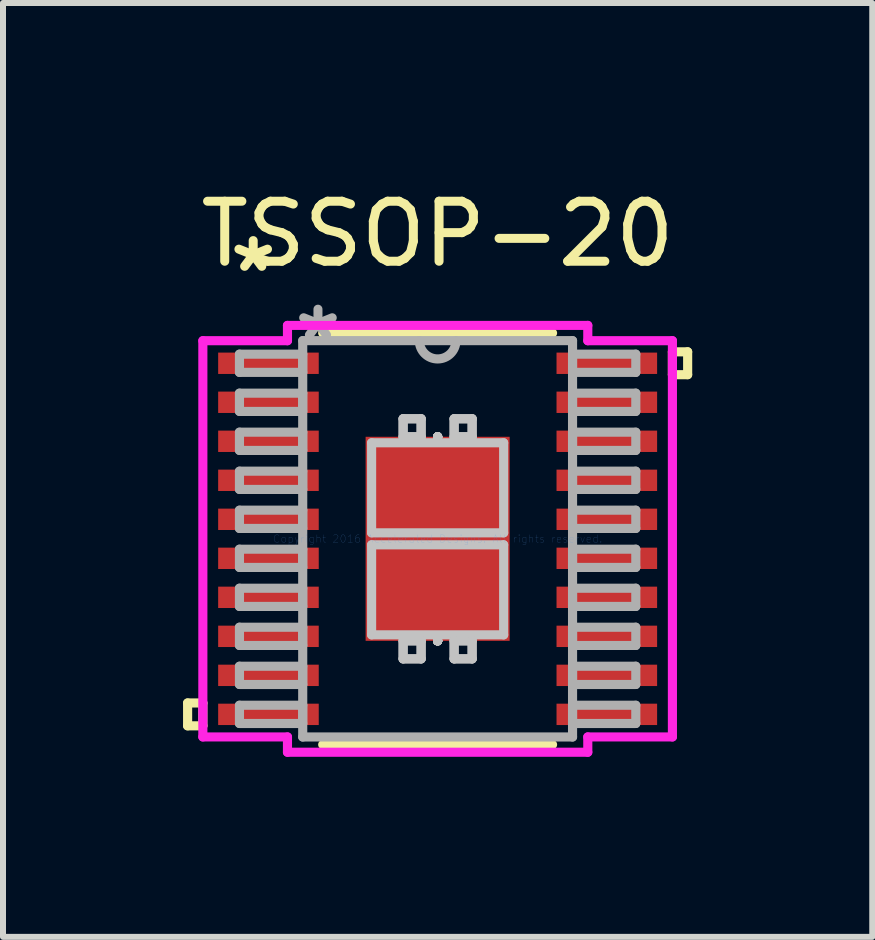
<source format=kicad_pcb>
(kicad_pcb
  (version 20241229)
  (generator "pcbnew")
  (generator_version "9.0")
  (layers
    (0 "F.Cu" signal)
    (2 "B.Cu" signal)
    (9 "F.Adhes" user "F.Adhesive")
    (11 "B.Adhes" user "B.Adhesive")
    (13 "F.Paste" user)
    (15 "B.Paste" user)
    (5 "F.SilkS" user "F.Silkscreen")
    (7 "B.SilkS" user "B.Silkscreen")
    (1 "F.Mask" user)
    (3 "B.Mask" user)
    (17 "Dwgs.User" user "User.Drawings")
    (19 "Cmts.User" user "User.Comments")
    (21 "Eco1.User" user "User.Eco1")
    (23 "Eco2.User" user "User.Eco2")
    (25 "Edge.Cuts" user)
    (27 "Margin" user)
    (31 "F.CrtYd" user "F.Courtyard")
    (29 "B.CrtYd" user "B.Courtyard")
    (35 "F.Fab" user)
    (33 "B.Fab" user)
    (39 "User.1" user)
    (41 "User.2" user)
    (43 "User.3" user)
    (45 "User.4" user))
  (footprint "TSSOP-20"
    (layer "F.Cu")
    (at 4.242 5.928)
    (property "Reference" "TSSOP-20" (at 0 -5.08 0) (layer "F.SilkS") (effects (font (size 1 1) (thickness 0.15))))
    (attr through_hole)
    (fp_line (start -4.166 2.735) (end -4.166 3.116) (stroke (width 0.152) (type solid)) (layer "F.SilkS"))
    (fp_line (start -4.166 3.116) (end -3.912 3.116) (stroke (width 0.152) (type solid)) (layer "F.SilkS"))
    (fp_line (start -3.912 2.735) (end -4.166 2.735) (stroke (width 0.152) (type solid)) (layer "F.SilkS"))
    (fp_line (start -3.912 3.116) (end -3.912 2.735) (stroke (width 0.152) (type solid)) (layer "F.SilkS"))
    (fp_line (start -1.915 3.429) (end 1.915 3.429) (stroke (width 0.152) (type solid)) (layer "F.SilkS"))
    (fp_line (start 1.915 -3.429) (end -1.915 -3.429) (stroke (width 0.152) (type solid)) (layer "F.SilkS"))
    (fp_line (start 3.912 -3.116) (end 4.166 -3.116) (stroke (width 0.152) (type solid)) (layer "F.SilkS"))
    (fp_line (start 3.912 -2.735) (end 3.912 -3.116) (stroke (width 0.152) (type solid)) (layer "F.SilkS"))
    (fp_line (start 4.166 -3.116) (end 4.166 -2.735) (stroke (width 0.152) (type solid)) (layer "F.SilkS"))
    (fp_line (start 4.166 -2.735) (end 3.912 -2.735) (stroke (width 0.152) (type solid)) (layer "F.SilkS"))
    (fp_line (start -1.1 -1.6) (end -1.1 -0.1) (stroke (width 0.152) (type solid)) (layer "Dwgs.User"))
    (fp_line (start -1.1 -0.1) (end 1.1 -0.1) (stroke (width 0.152) (type solid)) (layer "Dwgs.User"))
    (fp_line (start -1.1 0.1) (end -1.1 1.6) (stroke (width 0.152) (type solid)) (layer "Dwgs.User"))
    (fp_line (start -1.1 1.6) (end 1.1 1.6) (stroke (width 0.152) (type solid)) (layer "Dwgs.User"))
    (fp_line (start -0.575 -2) (end -0.575 -1.7) (stroke (width 0.152) (type solid)) (layer "Dwgs.User"))
    (fp_line (start -0.575 -2) (end -0.575 -1.7) (stroke (width 0.152) (type solid)) (layer "Dwgs.User"))
    (fp_line (start -0.575 -1.7) (end -0.275 -1.7) (stroke (width 0.152) (type solid)) (layer "Dwgs.User"))
    (fp_line (start -0.575 -1.7) (end -0.275 -1.7) (stroke (width 0.152) (type solid)) (layer "Dwgs.User"))
    (fp_line (start -0.575 1.7) (end -0.275 1.7) (stroke (width 0.152) (type solid)) (layer "Dwgs.User"))
    (fp_line (start -0.575 1.7) (end -0.275 1.7) (stroke (width 0.152) (type solid)) (layer "Dwgs.User"))
    (fp_line (start -0.575 2) (end -0.575 1.7) (stroke (width 0.152) (type solid)) (layer "Dwgs.User"))
    (fp_line (start -0.575 2) (end -0.575 1.7) (stroke (width 0.152) (type solid)) (layer "Dwgs.User"))
    (fp_line (start -0.275 -2) (end -0.575 -2) (stroke (width 0.152) (type solid)) (layer "Dwgs.User"))
    (fp_line (start -0.275 -2) (end -0.575 -2) (stroke (width 0.152) (type solid)) (layer "Dwgs.User"))
    (fp_line (start -0.275 -1.7) (end -0.275 -2) (stroke (width 0.152) (type solid)) (layer "Dwgs.User"))
    (fp_line (start -0.275 -1.7) (end -0.275 -2) (stroke (width 0.152) (type solid)) (layer "Dwgs.User"))
    (fp_line (start -0.275 1.7) (end -0.275 2) (stroke (width 0.152) (type solid)) (layer "Dwgs.User"))
    (fp_line (start -0.275 1.7) (end -0.275 2) (stroke (width 0.152) (type solid)) (layer "Dwgs.User"))
    (fp_line (start -0.275 2) (end -0.575 2) (stroke (width 0.152) (type solid)) (layer "Dwgs.User"))
    (fp_line (start -0.275 2) (end -0.575 2) (stroke (width 0.152) (type solid)) (layer "Dwgs.User"))
    (fp_line (start 0 -1.7) (end 0 -1.7) (stroke (width 0.152) (type solid)) (layer "Dwgs.User"))
    (fp_line (start 0 -1.7) (end 0 -1.7) (stroke (width 0.152) (type solid)) (layer "Dwgs.User"))
    (fp_line (start 0 -1.7) (end 0 -1.7) (stroke (width 0.152) (type solid)) (layer "Dwgs.User"))
    (fp_line (start 0 -1.7) (end 0 -1.7) (stroke (width 0.152) (type solid)) (layer "Dwgs.User"))
    (fp_line (start 0 -1.7) (end 0 -1.7) (stroke (width 0.152) (type solid)) (layer "Dwgs.User"))
    (fp_line (start 0 -1.7) (end 0 -1.7) (stroke (width 0.152) (type solid)) (layer "Dwgs.User"))
    (fp_line (start 0 -1.7) (end 0 -1.7) (stroke (width 0.152) (type solid)) (layer "Dwgs.User"))
    (fp_line (start 0 -1.7) (end 0 -1.7) (stroke (width 0.152) (type solid)) (layer "Dwgs.User"))
    (fp_line (start 0 -1.7) (end 0 -1.7) (stroke (width 0.152) (type solid)) (layer "Dwgs.User"))
    (fp_line (start 0 -1.7) (end 0 -1.7) (stroke (width 0.152) (type solid)) (layer "Dwgs.User"))
    (fp_line (start 0 -1.7) (end 0 -1.7) (stroke (width 0.152) (type solid)) (layer "Dwgs.User"))
    (fp_line (start 0 -1.7) (end 0 -1.7) (stroke (width 0.152) (type solid)) (layer "Dwgs.User"))
    (fp_line (start 0 -1.7) (end 0 -1.7) (stroke (width 0.152) (type solid)) (layer "Dwgs.User"))
    (fp_line (start 0 -1.7) (end 0 -1.7) (stroke (width 0.152) (type solid)) (layer "Dwgs.User"))
    (fp_line (start 0 -1.7) (end 0 -1.7) (stroke (width 0.152) (type solid)) (layer "Dwgs.User"))
    (fp_line (start 0 -1.7) (end 0 -1.7) (stroke (width 0.152) (type solid)) (layer "Dwgs.User"))
    (fp_line (start 0 1.7) (end 0 1.7) (stroke (width 0.152) (type solid)) (layer "Dwgs.User"))
    (fp_line (start 0 1.7) (end 0 1.7) (stroke (width 0.152) (type solid)) (layer "Dwgs.User"))
    (fp_line (start 0 1.7) (end 0 1.7) (stroke (width 0.152) (type solid)) (layer "Dwgs.User"))
    (fp_line (start 0 1.7) (end 0 1.7) (stroke (width 0.152) (type solid)) (layer "Dwgs.User"))
    (fp_line (start 0 1.7) (end 0 1.7) (stroke (width 0.152) (type solid)) (layer "Dwgs.User"))
    (fp_line (start 0 1.7) (end 0 1.7) (stroke (width 0.152) (type solid)) (layer "Dwgs.User"))
    (fp_line (start 0 1.7) (end 0 1.7) (stroke (width 0.152) (type solid)) (layer "Dwgs.User"))
    (fp_line (start 0 1.7) (end 0 1.7) (stroke (width 0.152) (type solid)) (layer "Dwgs.User"))
    (fp_line (start 0 1.7) (end 0 1.7) (stroke (width 0.152) (type solid)) (layer "Dwgs.User"))
    (fp_line (start 0 1.7) (end 0 1.7) (stroke (width 0.152) (type solid)) (layer "Dwgs.User"))
    (fp_line (start 0 1.7) (end 0 1.7) (stroke (width 0.152) (type solid)) (layer "Dwgs.User"))
    (fp_line (start 0 1.7) (end 0 1.7) (stroke (width 0.152) (type solid)) (layer "Dwgs.User"))
    (fp_line (start 0 1.7) (end 0 1.7) (stroke (width 0.152) (type solid)) (layer "Dwgs.User"))
    (fp_line (start 0 1.7) (end 0 1.7) (stroke (width 0.152) (type solid)) (layer "Dwgs.User"))
    (fp_line (start 0 1.7) (end 0 1.7) (stroke (width 0.152) (type solid)) (layer "Dwgs.User"))
    (fp_line (start 0 1.7) (end 0 1.7) (stroke (width 0.152) (type solid)) (layer "Dwgs.User"))
    (fp_line (start 0.275 -2) (end 0.575 -2) (stroke (width 0.152) (type solid)) (layer "Dwgs.User"))
    (fp_line (start 0.275 -2) (end 0.575 -2) (stroke (width 0.152) (type solid)) (layer "Dwgs.User"))
    (fp_line (start 0.275 -1.7) (end 0.275 -2) (stroke (width 0.152) (type solid)) (layer "Dwgs.User"))
    (fp_line (start 0.275 -1.7) (end 0.275 -2) (stroke (width 0.152) (type solid)) (layer "Dwgs.User"))
    (fp_line (start 0.275 1.7) (end 0.275 2) (stroke (width 0.152) (type solid)) (layer "Dwgs.User"))
    (fp_line (start 0.275 1.7) (end 0.275 2) (stroke (width 0.152) (type solid)) (layer "Dwgs.User"))
    (fp_line (start 0.275 2) (end 0.575 2) (stroke (width 0.152) (type solid)) (layer "Dwgs.User"))
    (fp_line (start 0.275 2) (end 0.575 2) (stroke (width 0.152) (type solid)) (layer "Dwgs.User"))
    (fp_line (start 0.575 -2) (end 0.575 -1.7) (stroke (width 0.152) (type solid)) (layer "Dwgs.User"))
    (fp_line (start 0.575 -2) (end 0.575 -1.7) (stroke (width 0.152) (type solid)) (layer "Dwgs.User"))
    (fp_line (start 0.575 -1.7) (end 0.275 -1.7) (stroke (width 0.152) (type solid)) (layer "Dwgs.User"))
    (fp_line (start 0.575 -1.7) (end 0.275 -1.7) (stroke (width 0.152) (type solid)) (layer "Dwgs.User"))
    (fp_line (start 0.575 1.7) (end 0.275 1.7) (stroke (width 0.152) (type solid)) (layer "Dwgs.User"))
    (fp_line (start 0.575 1.7) (end 0.275 1.7) (stroke (width 0.152) (type solid)) (layer "Dwgs.User"))
    (fp_line (start 0.575 2) (end 0.575 1.7) (stroke (width 0.152) (type solid)) (layer "Dwgs.User"))
    (fp_line (start 0.575 2) (end 0.575 1.7) (stroke (width 0.152) (type solid)) (layer "Dwgs.User"))
    (fp_line (start 1.1 -1.6) (end -1.1 -1.6) (stroke (width 0.152) (type solid)) (layer "Dwgs.User"))
    (fp_line (start 1.1 -0.1) (end 1.1 -1.6) (stroke (width 0.152) (type solid)) (layer "Dwgs.User"))
    (fp_line (start 1.1 0.1) (end -1.1 0.1) (stroke (width 0.152) (type solid)) (layer "Dwgs.User"))
    (fp_line (start 1.1 1.6) (end 1.1 0.1) (stroke (width 0.152) (type solid)) (layer "Dwgs.User"))
    (fp_line (start -3.912 -3.301) (end -2.502 -3.301) (stroke (width 0.152) (type solid)) (layer "F.CrtYd"))
    (fp_line (start -3.912 3.301) (end -3.912 -3.301) (stroke (width 0.152) (type solid)) (layer "F.CrtYd"))
    (fp_line (start -2.502 -3.556) (end 2.502 -3.556) (stroke (width 0.152) (type solid)) (layer "F.CrtYd"))
    (fp_line (start -2.502 -3.301) (end -2.502 -3.556) (stroke (width 0.152) (type solid)) (layer "F.CrtYd"))
    (fp_line (start -2.502 3.301) (end -3.912 3.301) (stroke (width 0.152) (type solid)) (layer "F.CrtYd"))
    (fp_line (start -2.502 3.556) (end -2.502 3.301) (stroke (width 0.152) (type solid)) (layer "F.CrtYd"))
    (fp_line (start 2.502 -3.556) (end 2.502 -3.301) (stroke (width 0.152) (type solid)) (layer "F.CrtYd"))
    (fp_line (start 2.502 -3.301) (end 3.912 -3.301) (stroke (width 0.152) (type solid)) (layer "F.CrtYd"))
    (fp_line (start 2.502 3.301) (end 2.502 3.556) (stroke (width 0.152) (type solid)) (layer "F.CrtYd"))
    (fp_line (start 2.502 3.556) (end -2.502 3.556) (stroke (width 0.152) (type solid)) (layer "F.CrtYd"))
    (fp_line (start 3.912 -3.301) (end 3.912 3.301) (stroke (width 0.152) (type solid)) (layer "F.CrtYd"))
    (fp_line (start 3.912 3.301) (end 2.502 3.301) (stroke (width 0.152) (type solid)) (layer "F.CrtYd"))
    (fp_line (start -3.302 -3.077) (end -3.302 -2.773) (stroke (width 0.152) (type solid)) (layer "F.Fab"))
    (fp_line (start -3.302 -2.773) (end -2.248 -2.773) (stroke (width 0.152) (type solid)) (layer "F.Fab"))
    (fp_line (start -3.302 -2.427) (end -3.302 -2.123) (stroke (width 0.152) (type solid)) (layer "F.Fab"))
    (fp_line (start -3.302 -2.123) (end -2.248 -2.123) (stroke (width 0.152) (type solid)) (layer "F.Fab"))
    (fp_line (start -3.302 -1.777) (end -3.302 -1.473) (stroke (width 0.152) (type solid)) (layer "F.Fab"))
    (fp_line (start -3.302 -1.473) (end -2.248 -1.473) (stroke (width 0.152) (type solid)) (layer "F.Fab"))
    (fp_line (start -3.302 -1.127) (end -3.302 -0.823) (stroke (width 0.152) (type solid)) (layer "F.Fab"))
    (fp_line (start -3.302 -0.823) (end -2.248 -0.823) (stroke (width 0.152) (type solid)) (layer "F.Fab"))
    (fp_line (start -3.302 -0.477) (end -3.302 -0.173) (stroke (width 0.152) (type solid)) (layer "F.Fab"))
    (fp_line (start -3.302 -0.173) (end -2.248 -0.173) (stroke (width 0.152) (type solid)) (layer "F.Fab"))
    (fp_line (start -3.302 0.173) (end -3.302 0.477) (stroke (width 0.152) (type solid)) (layer "F.Fab"))
    (fp_line (start -3.302 0.477) (end -2.248 0.477) (stroke (width 0.152) (type solid)) (layer "F.Fab"))
    (fp_line (start -3.302 0.823) (end -3.302 1.127) (stroke (width 0.152) (type solid)) (layer "F.Fab"))
    (fp_line (start -3.302 1.127) (end -2.248 1.127) (stroke (width 0.152) (type solid)) (layer "F.Fab"))
    (fp_line (start -3.302 1.473) (end -3.302 1.777) (stroke (width 0.152) (type solid)) (layer "F.Fab"))
    (fp_line (start -3.302 1.777) (end -2.248 1.777) (stroke (width 0.152) (type solid)) (layer "F.Fab"))
    (fp_line (start -3.302 2.123) (end -3.302 2.427) (stroke (width 0.152) (type solid)) (layer "F.Fab"))
    (fp_line (start -3.302 2.427) (end -2.248 2.427) (stroke (width 0.152) (type solid)) (layer "F.Fab"))
    (fp_line (start -3.302 2.773) (end -3.302 3.077) (stroke (width 0.152) (type solid)) (layer "F.Fab"))
    (fp_line (start -3.302 3.077) (end -2.248 3.077) (stroke (width 0.152) (type solid)) (layer "F.Fab"))
    (fp_line (start -2.248 -3.302) (end -2.248 3.302) (stroke (width 0.152) (type solid)) (layer "F.Fab"))
    (fp_line (start -2.248 -3.077) (end -3.302 -3.077) (stroke (width 0.152) (type solid)) (layer "F.Fab"))
    (fp_line (start -2.248 -2.773) (end -2.248 -3.077) (stroke (width 0.152) (type solid)) (layer "F.Fab"))
    (fp_line (start -2.248 -2.427) (end -3.302 -2.427) (stroke (width 0.152) (type solid)) (layer "F.Fab"))
    (fp_line (start -2.248 -2.123) (end -2.248 -2.427) (stroke (width 0.152) (type solid)) (layer "F.Fab"))
    (fp_line (start -2.248 -1.777) (end -3.302 -1.777) (stroke (width 0.152) (type solid)) (layer "F.Fab"))
    (fp_line (start -2.248 -1.473) (end -2.248 -1.777) (stroke (width 0.152) (type solid)) (layer "F.Fab"))
    (fp_line (start -2.248 -1.127) (end -3.302 -1.127) (stroke (width 0.152) (type solid)) (layer "F.Fab"))
    (fp_line (start -2.248 -0.823) (end -2.248 -1.127) (stroke (width 0.152) (type solid)) (layer "F.Fab"))
    (fp_line (start -2.248 -0.477) (end -3.302 -0.477) (stroke (width 0.152) (type solid)) (layer "F.Fab"))
    (fp_line (start -2.248 -0.173) (end -2.248 -0.477) (stroke (width 0.152) (type solid)) (layer "F.Fab"))
    (fp_line (start -2.248 0.173) (end -3.302 0.173) (stroke (width 0.152) (type solid)) (layer "F.Fab"))
    (fp_line (start -2.248 0.477) (end -2.248 0.173) (stroke (width 0.152) (type solid)) (layer "F.Fab"))
    (fp_line (start -2.248 0.823) (end -3.302 0.823) (stroke (width 0.152) (type solid)) (layer "F.Fab"))
    (fp_line (start -2.248 1.127) (end -2.248 0.823) (stroke (width 0.152) (type solid)) (layer "F.Fab"))
    (fp_line (start -2.248 1.473) (end -3.302 1.473) (stroke (width 0.152) (type solid)) (layer "F.Fab"))
    (fp_line (start -2.248 1.777) (end -2.248 1.473) (stroke (width 0.152) (type solid)) (layer "F.Fab"))
    (fp_line (start -2.248 2.123) (end -3.302 2.123) (stroke (width 0.152) (type solid)) (layer "F.Fab"))
    (fp_line (start -2.248 2.427) (end -2.248 2.123) (stroke (width 0.152) (type solid)) (layer "F.Fab"))
    (fp_line (start -2.248 2.773) (end -3.302 2.773) (stroke (width 0.152) (type solid)) (layer "F.Fab"))
    (fp_line (start -2.248 3.077) (end -2.248 2.773) (stroke (width 0.152) (type solid)) (layer "F.Fab"))
    (fp_line (start -2.248 3.302) (end 2.248 3.302) (stroke (width 0.152) (type solid)) (layer "F.Fab"))
    (fp_line (start 2.248 -3.302) (end -2.248 -3.302) (stroke (width 0.152) (type solid)) (layer "F.Fab"))
    (fp_line (start 2.248 -3.077) (end 2.248 -2.773) (stroke (width 0.152) (type solid)) (layer "F.Fab"))
    (fp_line (start 2.248 -2.773) (end 3.302 -2.773) (stroke (width 0.152) (type solid)) (layer "F.Fab"))
    (fp_line (start 2.248 -2.427) (end 2.248 -2.123) (stroke (width 0.152) (type solid)) (layer "F.Fab"))
    (fp_line (start 2.248 -2.123) (end 3.302 -2.123) (stroke (width 0.152) (type solid)) (layer "F.Fab"))
    (fp_line (start 2.248 -1.777) (end 2.248 -1.473) (stroke (width 0.152) (type solid)) (layer "F.Fab"))
    (fp_line (start 2.248 -1.473) (end 3.302 -1.473) (stroke (width 0.152) (type solid)) (layer "F.Fab"))
    (fp_line (start 2.248 -1.127) (end 2.248 -0.823) (stroke (width 0.152) (type solid)) (layer "F.Fab"))
    (fp_line (start 2.248 -0.823) (end 3.302 -0.823) (stroke (width 0.152) (type solid)) (layer "F.Fab"))
    (fp_line (start 2.248 -0.477) (end 2.248 -0.173) (stroke (width 0.152) (type solid)) (layer "F.Fab"))
    (fp_line (start 2.248 -0.173) (end 3.302 -0.173) (stroke (width 0.152) (type solid)) (layer "F.Fab"))
    (fp_line (start 2.248 0.173) (end 2.248 0.477) (stroke (width 0.152) (type solid)) (layer "F.Fab"))
    (fp_line (start 2.248 0.477) (end 3.302 0.477) (stroke (width 0.152) (type solid)) (layer "F.Fab"))
    (fp_line (start 2.248 0.823) (end 2.248 1.127) (stroke (width 0.152) (type solid)) (layer "F.Fab"))
    (fp_line (start 2.248 1.127) (end 3.302 1.127) (stroke (width 0.152) (type solid)) (layer "F.Fab"))
    (fp_line (start 2.248 1.473) (end 2.248 1.777) (stroke (width 0.152) (type solid)) (layer "F.Fab"))
    (fp_line (start 2.248 1.777) (end 3.302 1.777) (stroke (width 0.152) (type solid)) (layer "F.Fab"))
    (fp_line (start 2.248 2.123) (end 2.248 2.427) (stroke (width 0.152) (type solid)) (layer "F.Fab"))
    (fp_line (start 2.248 2.427) (end 3.302 2.427) (stroke (width 0.152) (type solid)) (layer "F.Fab"))
    (fp_line (start 2.248 2.773) (end 2.248 3.077) (stroke (width 0.152) (type solid)) (layer "F.Fab"))
    (fp_line (start 2.248 3.077) (end 3.302 3.077) (stroke (width 0.152) (type solid)) (layer "F.Fab"))
    (fp_line (start 2.248 3.302) (end 2.248 -3.302) (stroke (width 0.152) (type solid)) (layer "F.Fab"))
    (fp_line (start 3.302 -3.077) (end 2.248 -3.077) (stroke (width 0.152) (type solid)) (layer "F.Fab"))
    (fp_line (start 3.302 -2.773) (end 3.302 -3.077) (stroke (width 0.152) (type solid)) (layer "F.Fab"))
    (fp_line (start 3.302 -2.427) (end 2.248 -2.427) (stroke (width 0.152) (type solid)) (layer "F.Fab"))
    (fp_line (start 3.302 -2.123) (end 3.302 -2.427) (stroke (width 0.152) (type solid)) (layer "F.Fab"))
    (fp_line (start 3.302 -1.777) (end 2.248 -1.777) (stroke (width 0.152) (type solid)) (layer "F.Fab"))
    (fp_line (start 3.302 -1.473) (end 3.302 -1.777) (stroke (width 0.152) (type solid)) (layer "F.Fab"))
    (fp_line (start 3.302 -1.127) (end 2.248 -1.127) (stroke (width 0.152) (type solid)) (layer "F.Fab"))
    (fp_line (start 3.302 -0.823) (end 3.302 -1.127) (stroke (width 0.152) (type solid)) (layer "F.Fab"))
    (fp_line (start 3.302 -0.477) (end 2.248 -0.477) (stroke (width 0.152) (type solid)) (layer "F.Fab"))
    (fp_line (start 3.302 -0.173) (end 3.302 -0.477) (stroke (width 0.152) (type solid)) (layer "F.Fab"))
    (fp_line (start 3.302 0.173) (end 2.248 0.173) (stroke (width 0.152) (type solid)) (layer "F.Fab"))
    (fp_line (start 3.302 0.477) (end 3.302 0.173) (stroke (width 0.152) (type solid)) (layer "F.Fab"))
    (fp_line (start 3.302 0.823) (end 2.248 0.823) (stroke (width 0.152) (type solid)) (layer "F.Fab"))
    (fp_line (start 3.302 1.127) (end 3.302 0.823) (stroke (width 0.152) (type solid)) (layer "F.Fab"))
    (fp_line (start 3.302 1.473) (end 2.248 1.473) (stroke (width 0.152) (type solid)) (layer "F.Fab"))
    (fp_line (start 3.302 1.777) (end 3.302 1.473) (stroke (width 0.152) (type solid)) (layer "F.Fab"))
    (fp_line (start 3.302 2.123) (end 2.248 2.123) (stroke (width 0.152) (type solid)) (layer "F.Fab"))
    (fp_line (start 3.302 2.427) (end 3.302 2.123) (stroke (width 0.152) (type solid)) (layer "F.Fab"))
    (fp_line (start 3.302 2.773) (end 2.248 2.773) (stroke (width 0.152) (type solid)) (layer "F.Fab"))
    (fp_line (start 3.302 3.077) (end 3.302 2.773) (stroke (width 0.152) (type solid)) (layer "F.Fab"))
    (fp_arc (start 0.3048 -3.302) (mid 0 -2.9972) (end -0.3048 -3.302) (stroke (width 0.1524) (type solid)) (layer "F.Fab"))
    (fp_text user "*" (at -3.073 -4.424 0) (layer "F.SilkS") (effects (font (size 1 1) (thickness 0.15))))
    (fp_text user "Copyright 2016 Accelerated Designs. All rights reserved." (at 0 0 0) (layer "Cmts.User") (effects (font (size 0.127 0.127) (thickness 0.002))))
    (fp_text user "*" (at -1.994 -3.281 0) (layer "F.Fab") (effects (font (size 1 1) (thickness 0.15))))
    (pad "1" smd rect (at -2.819 -2.925) (size 1.676 0.356) (layers "F.Cu" "F.Mask" "F.Paste"))
    (pad "2" smd rect (at -2.819 -2.275) (size 1.676 0.356) (layers "F.Cu" "F.Mask" "F.Paste"))
    (pad "3" smd rect (at -2.819 -1.625) (size 1.676 0.356) (layers "F.Cu" "F.Mask" "F.Paste"))
    (pad "4" smd rect (at -2.819 -0.975) (size 1.676 0.356) (layers "F.Cu" "F.Mask" "F.Paste"))
    (pad "5" smd rect (at -2.819 -0.325) (size 1.676 0.356) (layers "F.Cu" "F.Mask" "F.Paste"))
    (pad "6" smd rect (at -2.819 0.325) (size 1.676 0.356) (layers "F.Cu" "F.Mask" "F.Paste"))
    (pad "7" smd rect (at -2.819 0.975) (size 1.676 0.356) (layers "F.Cu" "F.Mask" "F.Paste"))
    (pad "8" smd rect (at -2.819 1.625) (size 1.676 0.356) (layers "F.Cu" "F.Mask" "F.Paste"))
    (pad "9" smd rect (at -2.819 2.275) (size 1.676 0.356) (layers "F.Cu" "F.Mask" "F.Paste"))
    (pad "10" smd rect (at -2.819 2.925) (size 1.676 0.356) (layers "F.Cu" "F.Mask" "F.Paste"))
    (pad "11" smd rect (at 2.819 2.925) (size 1.676 0.356) (layers "F.Cu" "F.Mask" "F.Paste"))
    (pad "12" smd rect (at 2.819 2.275) (size 1.676 0.356) (layers "F.Cu" "F.Mask" "F.Paste"))
    (pad "13" smd rect (at 2.819 1.625) (size 1.676 0.356) (layers "F.Cu" "F.Mask" "F.Paste"))
    (pad "14" smd rect (at 2.819 0.975) (size 1.676 0.356) (layers "F.Cu" "F.Mask" "F.Paste"))
    (pad "15" smd rect (at 2.819 0.325) (size 1.676 0.356) (layers "F.Cu" "F.Mask" "F.Paste"))
    (pad "16" smd rect (at 2.819 -0.325) (size 1.676 0.356) (layers "F.Cu" "F.Mask" "F.Paste"))
    (pad "17" smd rect (at 2.819 -0.975) (size 1.676 0.356) (layers "F.Cu" "F.Mask" "F.Paste"))
    (pad "18" smd rect (at 2.819 -1.625) (size 1.676 0.356) (layers "F.Cu" "F.Mask" "F.Paste"))
    (pad "19" smd rect (at 2.819 -2.275) (size 1.676 0.356) (layers "F.Cu" "F.Mask" "F.Paste"))
    (pad "20" smd rect (at 2.819 -2.925) (size 1.676 0.356) (layers "F.Cu" "F.Mask" "F.Paste"))
    (pad "21" smd rect (at 0 0) (size 2.4 3.4) (layers "F.Cu" "F.Mask" "F.Paste")))
  (gr_rect
    (start -3 -3)
    (end 11.484 12.56)
    (stroke (width 0.1) (type default))
    (fill no)
    (layer "Edge.Cuts")))
</source>
